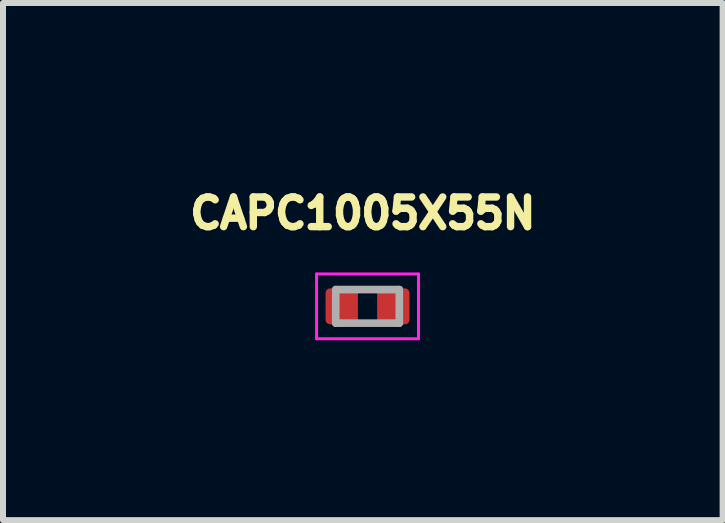
<source format=kicad_pcb>
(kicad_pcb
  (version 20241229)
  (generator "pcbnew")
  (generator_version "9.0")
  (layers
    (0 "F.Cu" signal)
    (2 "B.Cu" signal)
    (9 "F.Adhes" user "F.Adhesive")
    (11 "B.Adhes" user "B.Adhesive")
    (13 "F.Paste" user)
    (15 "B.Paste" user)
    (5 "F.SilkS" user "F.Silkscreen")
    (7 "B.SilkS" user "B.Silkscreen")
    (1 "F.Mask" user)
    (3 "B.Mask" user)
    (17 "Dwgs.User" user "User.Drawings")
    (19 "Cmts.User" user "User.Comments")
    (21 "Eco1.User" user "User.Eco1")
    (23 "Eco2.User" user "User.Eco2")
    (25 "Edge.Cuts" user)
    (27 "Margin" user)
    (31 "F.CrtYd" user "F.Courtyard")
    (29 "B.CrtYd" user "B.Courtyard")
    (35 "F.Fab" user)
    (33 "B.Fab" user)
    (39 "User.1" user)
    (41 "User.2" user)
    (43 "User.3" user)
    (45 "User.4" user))
  (footprint "CAPC1005X55N"
    (layer "F.Cu")
    (at 3.079 2.059)
    (property "Reference" "CAPC1005X55N" (at -0.078 -1.552 0) (layer "F.SilkS") (effects (font (size 0.495 0.495) (thickness 0.15))))
    (attr smd)
    (fp_line (start -0.85 -0.54) (end -0.85 0.54) (stroke (width 0.05) (type solid)) (layer "F.CrtYd"))
    (fp_line (start -0.85 0.54) (end 0.85 0.54) (stroke (width 0.05) (type solid)) (layer "F.CrtYd"))
    (fp_line (start 0.85 -0.54) (end -0.85 -0.54) (stroke (width 0.05) (type solid)) (layer "F.CrtYd"))
    (fp_line (start 0.85 0.54) (end 0.85 -0.54) (stroke (width 0.05) (type solid)) (layer "F.CrtYd"))
    (fp_line (start -0.53 -0.28) (end -0.53 0.28) (stroke (width 0.127) (type solid)) (layer "F.Fab"))
    (fp_line (start -0.53 0.28) (end 0.53 0.28) (stroke (width 0.127) (type solid)) (layer "F.Fab"))
    (fp_line (start 0.53 -0.28) (end -0.53 -0.28) (stroke (width 0.127) (type solid)) (layer "F.Fab"))
    (fp_line (start 0.53 0.28) (end 0.53 -0.28) (stroke (width 0.127) (type solid)) (layer "F.Fab"))
    (pad "1" smd roundrect (at -0.43 0 90) (size 0.6 0.54) (layers "F.Cu" "F.Mask" "F.Paste") (roundrect_rratio 0.14))
    (pad "2" smd roundrect (at 0.43 0 90) (size 0.6 0.54) (layers "F.Cu" "F.Mask" "F.Paste") (roundrect_rratio 0.14)))
  (gr_rect
    (start -3 -3)
    (end 9.001 5.624)
    (stroke (width 0.1) (type default))
    (fill no)
    (layer "Edge.Cuts")))
</source>
